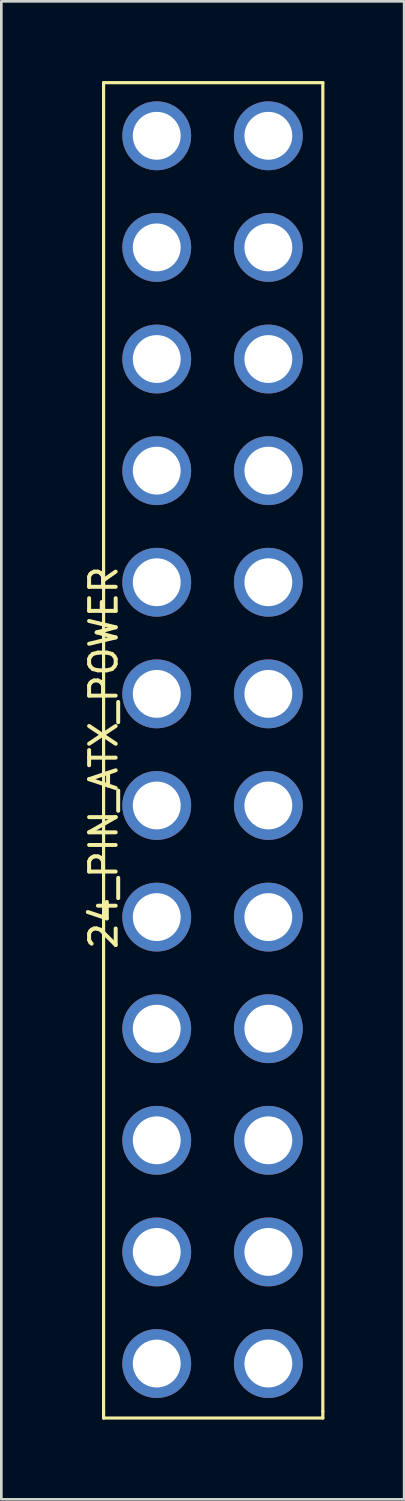
<source format=kicad_pcb>
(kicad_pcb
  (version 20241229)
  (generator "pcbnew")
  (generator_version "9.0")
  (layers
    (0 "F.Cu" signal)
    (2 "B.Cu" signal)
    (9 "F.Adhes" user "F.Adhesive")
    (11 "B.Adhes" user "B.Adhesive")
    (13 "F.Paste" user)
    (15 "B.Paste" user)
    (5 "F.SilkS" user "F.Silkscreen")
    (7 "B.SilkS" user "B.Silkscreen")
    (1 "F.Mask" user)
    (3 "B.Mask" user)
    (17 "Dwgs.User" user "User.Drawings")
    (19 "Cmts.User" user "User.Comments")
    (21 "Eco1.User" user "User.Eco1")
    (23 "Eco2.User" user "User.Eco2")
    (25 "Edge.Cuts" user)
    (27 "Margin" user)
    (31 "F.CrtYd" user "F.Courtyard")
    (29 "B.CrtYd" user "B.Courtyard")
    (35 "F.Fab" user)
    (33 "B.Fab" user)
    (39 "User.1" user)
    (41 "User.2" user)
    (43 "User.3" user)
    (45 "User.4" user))
  (footprint "24_PIN_ATX_POWER"
    (layer "F.Cu")
    (at 2.848 2.06)
    (property "Reference" "24_PIN_ATX_POWER" (at -2 23.4 90) (layer "F.SilkS") (effects (font (size 1 1) (thickness 0.15))))
    (attr through_hole)
    (fp_line (start -2 -2) (end -2 48) (stroke (width 0.12) (type solid)) (layer "F.SilkS"))
    (fp_line (start -2 -2) (end 6.25 -2) (stroke (width 0.12) (type solid)) (layer "F.SilkS"))
    (fp_line (start -2 48) (end -2 48.25) (stroke (width 0.12) (type solid)) (layer "F.SilkS"))
    (fp_line (start -2 48.25) (end 6.25 48.25) (stroke (width 0.12) (type solid)) (layer "F.SilkS"))
    (fp_line (start 6.25 -2) (end 6.25 48) (stroke (width 0.12) (type solid)) (layer "F.SilkS"))
    (fp_line (start 6.25 48) (end 6.25 48.25) (stroke (width 0.12) (type solid)) (layer "F.SilkS"))
    (pad "1" thru_hole circle (at 0 0) (size 2.591 2.591) (drill 1.8) (layers "*.Cu" "*.Mask"))
    (pad "2" thru_hole circle (at 0 4.2) (size 2.591 2.591) (drill 1.8) (layers "*.Cu" "*.Mask"))
    (pad "3" thru_hole circle (at 0 8.4) (size 2.591 2.591) (drill 1.8) (layers "*.Cu" "*.Mask"))
    (pad "4" thru_hole circle (at 0 12.6) (size 2.591 2.591) (drill 1.8) (layers "*.Cu" "*.Mask"))
    (pad "5" thru_hole circle (at 0 16.8) (size 2.591 2.591) (drill 1.8) (layers "*.Cu" "*.Mask"))
    (pad "6" thru_hole circle (at 0 21) (size 2.591 2.591) (drill 1.8) (layers "*.Cu" "*.Mask"))
    (pad "7" thru_hole circle (at 0 25.2) (size 2.591 2.591) (drill 1.8) (layers "*.Cu" "*.Mask"))
    (pad "8" thru_hole circle (at 0 29.4) (size 2.591 2.591) (drill 1.8) (layers "*.Cu" "*.Mask"))
    (pad "9" thru_hole circle (at 0 33.6) (size 2.591 2.591) (drill 1.8) (layers "*.Cu" "*.Mask"))
    (pad "10" thru_hole circle (at 0 37.8) (size 2.591 2.591) (drill 1.8) (layers "*.Cu" "*.Mask"))
    (pad "11" thru_hole circle (at 0 42) (size 2.591 2.591) (drill 1.8) (layers "*.Cu" "*.Mask"))
    (pad "12" thru_hole circle (at 0 46.2) (size 2.591 2.591) (drill 1.8) (layers "*.Cu" "*.Mask"))
    (pad "13" thru_hole circle (at 4.2 0) (size 2.591 2.591) (drill 1.8) (layers "*.Cu" "*.Mask"))
    (pad "14" thru_hole circle (at 4.2 4.2) (size 2.591 2.591) (drill 1.8) (layers "*.Cu" "*.Mask"))
    (pad "15" thru_hole circle (at 4.2 8.4) (size 2.591 2.591) (drill 1.8) (layers "*.Cu" "*.Mask"))
    (pad "16" thru_hole circle (at 4.2 12.6) (size 2.591 2.591) (drill 1.8) (layers "*.Cu" "*.Mask"))
    (pad "17" thru_hole circle (at 4.2 16.8) (size 2.591 2.591) (drill 1.8) (layers "*.Cu" "*.Mask"))
    (pad "18" thru_hole circle (at 4.2 21) (size 2.591 2.591) (drill 1.8) (layers "*.Cu" "*.Mask"))
    (pad "19" thru_hole circle (at 4.2 25.2) (size 2.591 2.591) (drill 1.8) (layers "*.Cu" "*.Mask"))
    (pad "20" thru_hole circle (at 4.2 29.4) (size 2.591 2.591) (drill 1.8) (layers "*.Cu" "*.Mask"))
    (pad "21" thru_hole circle (at 4.2 33.6) (size 2.591 2.591) (drill 1.8) (layers "*.Cu" "*.Mask"))
    (pad "22" thru_hole circle (at 4.2 37.8) (size 2.591 2.591) (drill 1.8) (layers "*.Cu" "*.Mask"))
    (pad "23" thru_hole circle (at 4.2 42) (size 2.591 2.591) (drill 1.8) (layers "*.Cu" "*.Mask"))
    (pad "24" thru_hole circle (at 4.2 46.2) (size 2.591 2.591) (drill 1.8) (layers "*.Cu" "*.Mask")))
  (gr_rect
    (start -3 -3)
    (end 12.158 53.37)
    (stroke (width 0.1) (type default))
    (fill no)
    (layer "Edge.Cuts")))
</source>
